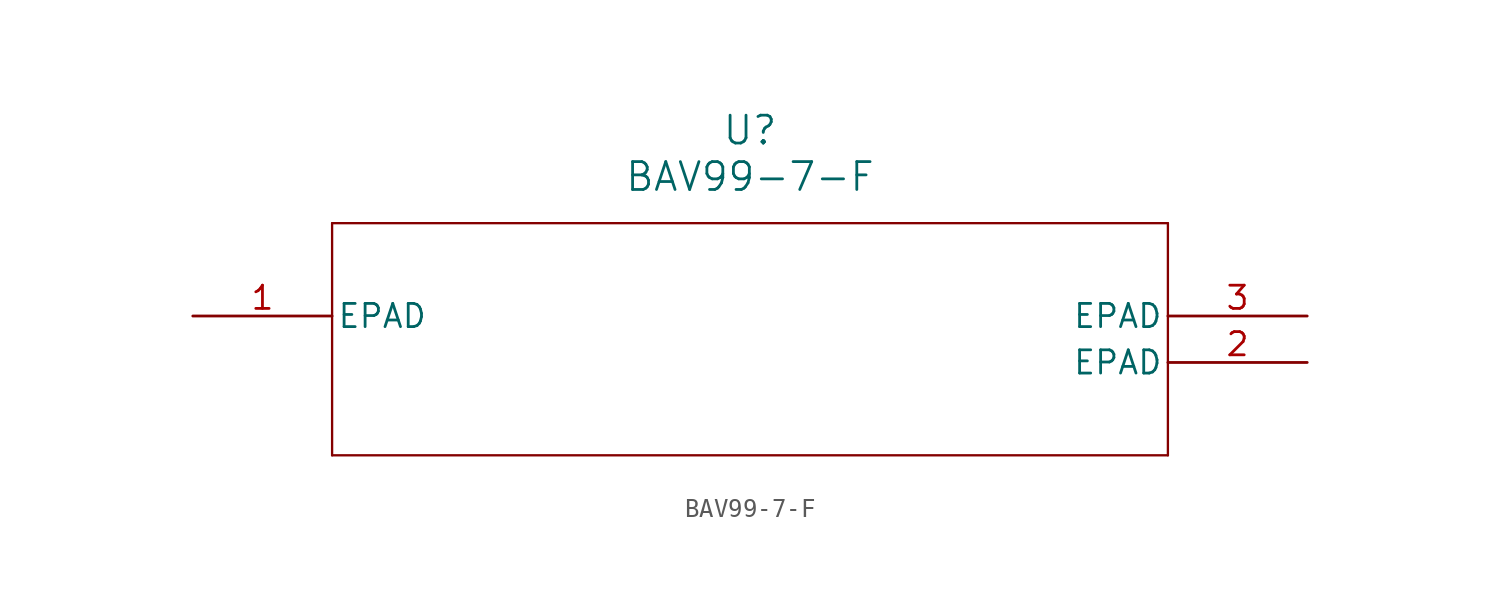
<source format=kicad_sym>
(kicad_symbol_lib
  (version 20211014)
  (generator kicad_symbol_editor)
  (symbol "BAV99-7-F"
    (pin_names
      (offset 0.254))
    (property "Reference" "U"
      (at 30.48 10.16 0)
      (effects (font (size 1.524 1.524))))
    (property "Value" "BAV99-7-F"
      (at 30.48 7.62 0)
      (effects (font (size 1.524 1.524))))
    (symbol "BAV99-7-F_0_1"
      (polyline (pts (xy 7.62 5.08) (xy 7.62 -7.62)) (stroke (width 0.127) (type default) (color 0 0 0 0)) (fill (type none)))
      (polyline (pts (xy 7.62 -7.62) (xy 53.34 -7.62)) (stroke (width 0.127) (type default) (color 0 0 0 0)) (fill (type none)))
      (polyline (pts (xy 53.34 -7.62) (xy 53.34 5.08)) (stroke (width 0.127) (type default) (color 0 0 0 0)) (fill (type none)))
      (polyline (pts (xy 53.34 5.08) (xy 7.62 5.08)) (stroke (width 0.127) (type default) (color 0 0 0 0)) (fill (type none)))
      (pin unspecified line (at 0 0 0) (length 7.62) (name "EPAD" (effects (font (size 1.27 1.27)))) (number "1" (effects (font (size 1.27 1.27)))))
      (pin unspecified line (at 60.96 -2.54 180) (length 7.62) (name "EPAD" (effects (font (size 1.27 1.27)))) (number "2" (effects (font (size 1.27 1.27)))))
      (pin unspecified line (at 60.96 0 180) (length 7.62) (name "EPAD" (effects (font (size 1.27 1.27)))) (number "3" (effects (font (size 1.27 1.27))))))))
</source>
